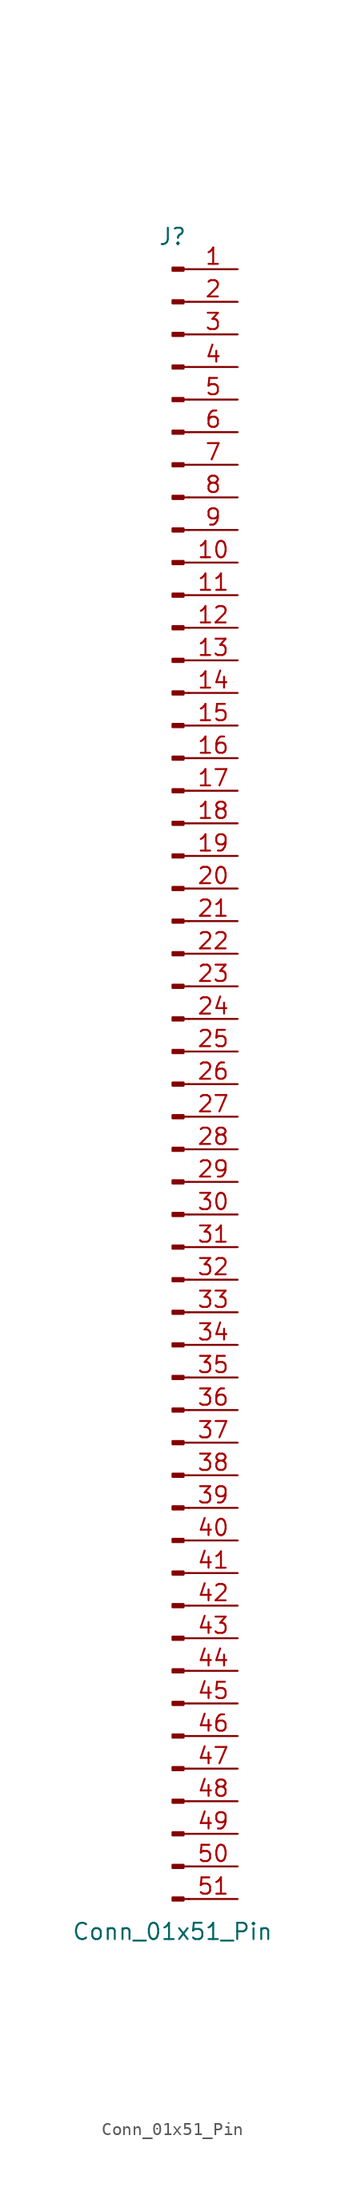
<source format=kicad_sym>
(kicad_symbol_lib
  (version 20220914)
  (generator kicad_symbol_editor)
  (symbol "Conn_01x51_Pin"
    (pin_names
      (offset 1.016) hide)
    (property "Reference" "J"
      (at 0 66.04 0)
      (effects (font (size 1.27 1.27))))
    (property "Value" "Conn_01x51_Pin"
      (at 0 -66.04 0)
      (effects (font (size 1.27 1.27))))
    (property "ki_locked" ""
      (at 0 0 0)
      (effects (font (size 1.27 1.27))))
    (symbol "Conn_01x51_Pin_1_1"
      (polyline (pts (xy 1.27 -63.5) (xy 0.864 -63.5)) (stroke (width 0.152) (type default)) (fill (type none)))
      (polyline (pts (xy 1.27 -60.96) (xy 0.864 -60.96)) (stroke (width 0.152) (type default)) (fill (type none)))
      (polyline (pts (xy 1.27 -58.42) (xy 0.864 -58.42)) (stroke (width 0.152) (type default)) (fill (type none)))
      (polyline (pts (xy 1.27 -55.88) (xy 0.864 -55.88)) (stroke (width 0.152) (type default)) (fill (type none)))
      (polyline (pts (xy 1.27 -53.34) (xy 0.864 -53.34)) (stroke (width 0.152) (type default)) (fill (type none)))
      (polyline (pts (xy 1.27 -50.8) (xy 0.864 -50.8)) (stroke (width 0.152) (type default)) (fill (type none)))
      (polyline (pts (xy 1.27 -48.26) (xy 0.864 -48.26)) (stroke (width 0.152) (type default)) (fill (type none)))
      (polyline (pts (xy 1.27 -45.72) (xy 0.864 -45.72)) (stroke (width 0.152) (type default)) (fill (type none)))
      (polyline (pts (xy 1.27 -43.18) (xy 0.864 -43.18)) (stroke (width 0.152) (type default)) (fill (type none)))
      (polyline (pts (xy 1.27 -40.64) (xy 0.864 -40.64)) (stroke (width 0.152) (type default)) (fill (type none)))
      (polyline (pts (xy 1.27 -38.1) (xy 0.864 -38.1)) (stroke (width 0.152) (type default)) (fill (type none)))
      (polyline (pts (xy 1.27 -35.56) (xy 0.864 -35.56)) (stroke (width 0.152) (type default)) (fill (type none)))
      (polyline (pts (xy 1.27 -33.02) (xy 0.864 -33.02)) (stroke (width 0.152) (type default)) (fill (type none)))
      (polyline (pts (xy 1.27 -30.48) (xy 0.864 -30.48)) (stroke (width 0.152) (type default)) (fill (type none)))
      (polyline (pts (xy 1.27 -27.94) (xy 0.864 -27.94)) (stroke (width 0.152) (type default)) (fill (type none)))
      (polyline (pts (xy 1.27 -25.4) (xy 0.864 -25.4)) (stroke (width 0.152) (type default)) (fill (type none)))
      (polyline (pts (xy 1.27 -22.86) (xy 0.864 -22.86)) (stroke (width 0.152) (type default)) (fill (type none)))
      (polyline (pts (xy 1.27 -20.32) (xy 0.864 -20.32)) (stroke (width 0.152) (type default)) (fill (type none)))
      (polyline (pts (xy 1.27 -17.78) (xy 0.864 -17.78)) (stroke (width 0.152) (type default)) (fill (type none)))
      (polyline (pts (xy 1.27 -15.24) (xy 0.864 -15.24)) (stroke (width 0.152) (type default)) (fill (type none)))
      (polyline (pts (xy 1.27 -12.7) (xy 0.864 -12.7)) (stroke (width 0.152) (type default)) (fill (type none)))
      (polyline (pts (xy 1.27 -10.16) (xy 0.864 -10.16)) (stroke (width 0.152) (type default)) (fill (type none)))
      (polyline (pts (xy 1.27 -7.62) (xy 0.864 -7.62)) (stroke (width 0.152) (type default)) (fill (type none)))
      (polyline (pts (xy 1.27 -5.08) (xy 0.864 -5.08)) (stroke (width 0.152) (type default)) (fill (type none)))
      (polyline (pts (xy 1.27 -2.54) (xy 0.864 -2.54)) (stroke (width 0.152) (type default)) (fill (type none)))
      (polyline (pts (xy 1.27 0) (xy 0.864 0)) (stroke (width 0.152) (type default)) (fill (type none)))
      (polyline (pts (xy 1.27 2.54) (xy 0.864 2.54)) (stroke (width 0.152) (type default)) (fill (type none)))
      (polyline (pts (xy 1.27 5.08) (xy 0.864 5.08)) (stroke (width 0.152) (type default)) (fill (type none)))
      (polyline (pts (xy 1.27 7.62) (xy 0.864 7.62)) (stroke (width 0.152) (type default)) (fill (type none)))
      (polyline (pts (xy 1.27 10.16) (xy 0.864 10.16)) (stroke (width 0.152) (type default)) (fill (type none)))
      (polyline (pts (xy 1.27 12.7) (xy 0.864 12.7)) (stroke (width 0.152) (type default)) (fill (type none)))
      (polyline (pts (xy 1.27 15.24) (xy 0.864 15.24)) (stroke (width 0.152) (type default)) (fill (type none)))
      (polyline (pts (xy 1.27 17.78) (xy 0.864 17.78)) (stroke (width 0.152) (type default)) (fill (type none)))
      (polyline (pts (xy 1.27 20.32) (xy 0.864 20.32)) (stroke (width 0.152) (type default)) (fill (type none)))
      (polyline (pts (xy 1.27 22.86) (xy 0.864 22.86)) (stroke (width 0.152) (type default)) (fill (type none)))
      (polyline (pts (xy 1.27 25.4) (xy 0.864 25.4)) (stroke (width 0.152) (type default)) (fill (type none)))
      (polyline (pts (xy 1.27 27.94) (xy 0.864 27.94)) (stroke (width 0.152) (type default)) (fill (type none)))
      (polyline (pts (xy 1.27 30.48) (xy 0.864 30.48)) (stroke (width 0.152) (type default)) (fill (type none)))
      (polyline (pts (xy 1.27 33.02) (xy 0.864 33.02)) (stroke (width 0.152) (type default)) (fill (type none)))
      (polyline (pts (xy 1.27 35.56) (xy 0.864 35.56)) (stroke (width 0.152) (type default)) (fill (type none)))
      (polyline (pts (xy 1.27 38.1) (xy 0.864 38.1)) (stroke (width 0.152) (type default)) (fill (type none)))
      (polyline (pts (xy 1.27 40.64) (xy 0.864 40.64)) (stroke (width 0.152) (type default)) (fill (type none)))
      (polyline (pts (xy 1.27 43.18) (xy 0.864 43.18)) (stroke (width 0.152) (type default)) (fill (type none)))
      (polyline (pts (xy 1.27 45.72) (xy 0.864 45.72)) (stroke (width 0.152) (type default)) (fill (type none)))
      (polyline (pts (xy 1.27 48.26) (xy 0.864 48.26)) (stroke (width 0.152) (type default)) (fill (type none)))
      (polyline (pts (xy 1.27 50.8) (xy 0.864 50.8)) (stroke (width 0.152) (type default)) (fill (type none)))
      (polyline (pts (xy 1.27 53.34) (xy 0.864 53.34)) (stroke (width 0.152) (type default)) (fill (type none)))
      (polyline (pts (xy 1.27 55.88) (xy 0.864 55.88)) (stroke (width 0.152) (type default)) (fill (type none)))
      (polyline (pts (xy 1.27 58.42) (xy 0.864 58.42)) (stroke (width 0.152) (type default)) (fill (type none)))
      (polyline (pts (xy 1.27 60.96) (xy 0.864 60.96)) (stroke (width 0.152) (type default)) (fill (type none)))
      (polyline (pts (xy 1.27 63.5) (xy 0.864 63.5)) (stroke (width 0.152) (type default)) (fill (type none)))
      (rectangle (start 0.864 -63.373) (end 0 -63.627) (stroke (width 0.152) (type default)) (fill (type outline)))
      (rectangle (start 0.864 -60.833) (end 0 -61.087) (stroke (width 0.152) (type default)) (fill (type outline)))
      (rectangle (start 0.864 -58.293) (end 0 -58.547) (stroke (width 0.152) (type default)) (fill (type outline)))
      (rectangle (start 0.864 -55.753) (end 0 -56.007) (stroke (width 0.152) (type default)) (fill (type outline)))
      (rectangle (start 0.864 -53.213) (end 0 -53.467) (stroke (width 0.152) (type default)) (fill (type outline)))
      (rectangle (start 0.864 -50.673) (end 0 -50.927) (stroke (width 0.152) (type default)) (fill (type outline)))
      (rectangle (start 0.864 -48.133) (end 0 -48.387) (stroke (width 0.152) (type default)) (fill (type outline)))
      (rectangle (start 0.864 -45.593) (end 0 -45.847) (stroke (width 0.152) (type default)) (fill (type outline)))
      (rectangle (start 0.864 -43.053) (end 0 -43.307) (stroke (width 0.152) (type default)) (fill (type outline)))
      (rectangle (start 0.864 -40.513) (end 0 -40.767) (stroke (width 0.152) (type default)) (fill (type outline)))
      (rectangle (start 0.864 -37.973) (end 0 -38.227) (stroke (width 0.152) (type default)) (fill (type outline)))
      (rectangle (start 0.864 -35.433) (end 0 -35.687) (stroke (width 0.152) (type default)) (fill (type outline)))
      (rectangle (start 0.864 -32.893) (end 0 -33.147) (stroke (width 0.152) (type default)) (fill (type outline)))
      (rectangle (start 0.864 -30.353) (end 0 -30.607) (stroke (width 0.152) (type default)) (fill (type outline)))
      (rectangle (start 0.864 -27.813) (end 0 -28.067) (stroke (width 0.152) (type default)) (fill (type outline)))
      (rectangle (start 0.864 -25.273) (end 0 -25.527) (stroke (width 0.152) (type default)) (fill (type outline)))
      (rectangle (start 0.864 -22.733) (end 0 -22.987) (stroke (width 0.152) (type default)) (fill (type outline)))
      (rectangle (start 0.864 -20.193) (end 0 -20.447) (stroke (width 0.152) (type default)) (fill (type outline)))
      (rectangle (start 0.864 -17.653) (end 0 -17.907) (stroke (width 0.152) (type default)) (fill (type outline)))
      (rectangle (start 0.864 -15.113) (end 0 -15.367) (stroke (width 0.152) (type default)) (fill (type outline)))
      (rectangle (start 0.864 -12.573) (end 0 -12.827) (stroke (width 0.152) (type default)) (fill (type outline)))
      (rectangle (start 0.864 -10.033) (end 0 -10.287) (stroke (width 0.152) (type default)) (fill (type outline)))
      (rectangle (start 0.864 -7.493) (end 0 -7.747) (stroke (width 0.152) (type default)) (fill (type outline)))
      (rectangle (start 0.864 -4.953) (end 0 -5.207) (stroke (width 0.152) (type default)) (fill (type outline)))
      (rectangle (start 0.864 -2.413) (end 0 -2.667) (stroke (width 0.152) (type default)) (fill (type outline)))
      (rectangle (start 0.864 0.127) (end 0 -0.127) (stroke (width 0.152) (type default)) (fill (type outline)))
      (rectangle (start 0.864 2.667) (end 0 2.413) (stroke (width 0.152) (type default)) (fill (type outline)))
      (rectangle (start 0.864 5.207) (end 0 4.953) (stroke (width 0.152) (type default)) (fill (type outline)))
      (rectangle (start 0.864 7.747) (end 0 7.493) (stroke (width 0.152) (type default)) (fill (type outline)))
      (rectangle (start 0.864 10.287) (end 0 10.033) (stroke (width 0.152) (type default)) (fill (type outline)))
      (rectangle (start 0.864 12.827) (end 0 12.573) (stroke (width 0.152) (type default)) (fill (type outline)))
      (rectangle (start 0.864 15.367) (end 0 15.113) (stroke (width 0.152) (type default)) (fill (type outline)))
      (rectangle (start 0.864 17.907) (end 0 17.653) (stroke (width 0.152) (type default)) (fill (type outline)))
      (rectangle (start 0.864 20.447) (end 0 20.193) (stroke (width 0.152) (type default)) (fill (type outline)))
      (rectangle (start 0.864 22.987) (end 0 22.733) (stroke (width 0.152) (type default)) (fill (type outline)))
      (rectangle (start 0.864 25.527) (end 0 25.273) (stroke (width 0.152) (type default)) (fill (type outline)))
      (rectangle (start 0.864 28.067) (end 0 27.813) (stroke (width 0.152) (type default)) (fill (type outline)))
      (rectangle (start 0.864 30.607) (end 0 30.353) (stroke (width 0.152) (type default)) (fill (type outline)))
      (rectangle (start 0.864 33.147) (end 0 32.893) (stroke (width 0.152) (type default)) (fill (type outline)))
      (rectangle (start 0.864 35.687) (end 0 35.433) (stroke (width 0.152) (type default)) (fill (type outline)))
      (rectangle (start 0.864 38.227) (end 0 37.973) (stroke (width 0.152) (type default)) (fill (type outline)))
      (rectangle (start 0.864 40.767) (end 0 40.513) (stroke (width 0.152) (type default)) (fill (type outline)))
      (rectangle (start 0.864 43.307) (end 0 43.053) (stroke (width 0.152) (type default)) (fill (type outline)))
      (rectangle (start 0.864 45.847) (end 0 45.593) (stroke (width 0.152) (type default)) (fill (type outline)))
      (rectangle (start 0.864 48.387) (end 0 48.133) (stroke (width 0.152) (type default)) (fill (type outline)))
      (rectangle (start 0.864 50.927) (end 0 50.673) (stroke (width 0.152) (type default)) (fill (type outline)))
      (rectangle (start 0.864 53.467) (end 0 53.213) (stroke (width 0.152) (type default)) (fill (type outline)))
      (rectangle (start 0.864 56.007) (end 0 55.753) (stroke (width 0.152) (type default)) (fill (type outline)))
      (rectangle (start 0.864 58.547) (end 0 58.293) (stroke (width 0.152) (type default)) (fill (type outline)))
      (rectangle (start 0.864 61.087) (end 0 60.833) (stroke (width 0.152) (type default)) (fill (type outline)))
      (rectangle (start 0.864 63.627) (end 0 63.373) (stroke (width 0.152) (type default)) (fill (type outline)))
      (pin passive line (at 5.08 63.5 180) (length 3.81) (name "Pin_1" (effects (font (size 1.27 1.27)))) (number "1" (effects (font (size 1.27 1.27)))))
      (pin passive line (at 5.08 40.64 180) (length 3.81) (name "Pin_10" (effects (font (size 1.27 1.27)))) (number "10" (effects (font (size 1.27 1.27)))))
      (pin passive line (at 5.08 38.1 180) (length 3.81) (name "Pin_11" (effects (font (size 1.27 1.27)))) (number "11" (effects (font (size 1.27 1.27)))))
      (pin passive line (at 5.08 35.56 180) (length 3.81) (name "Pin_12" (effects (font (size 1.27 1.27)))) (number "12" (effects (font (size 1.27 1.27)))))
      (pin passive line (at 5.08 33.02 180) (length 3.81) (name "Pin_13" (effects (font (size 1.27 1.27)))) (number "13" (effects (font (size 1.27 1.27)))))
      (pin passive line (at 5.08 30.48 180) (length 3.81) (name "Pin_14" (effects (font (size 1.27 1.27)))) (number "14" (effects (font (size 1.27 1.27)))))
      (pin passive line (at 5.08 27.94 180) (length 3.81) (name "Pin_15" (effects (font (size 1.27 1.27)))) (number "15" (effects (font (size 1.27 1.27)))))
      (pin passive line (at 5.08 25.4 180) (length 3.81) (name "Pin_16" (effects (font (size 1.27 1.27)))) (number "16" (effects (font (size 1.27 1.27)))))
      (pin passive line (at 5.08 22.86 180) (length 3.81) (name "Pin_17" (effects (font (size 1.27 1.27)))) (number "17" (effects (font (size 1.27 1.27)))))
      (pin passive line (at 5.08 20.32 180) (length 3.81) (name "Pin_18" (effects (font (size 1.27 1.27)))) (number "18" (effects (font (size 1.27 1.27)))))
      (pin passive line (at 5.08 17.78 180) (length 3.81) (name "Pin_19" (effects (font (size 1.27 1.27)))) (number "19" (effects (font (size 1.27 1.27)))))
      (pin passive line (at 5.08 60.96 180) (length 3.81) (name "Pin_2" (effects (font (size 1.27 1.27)))) (number "2" (effects (font (size 1.27 1.27)))))
      (pin passive line (at 5.08 15.24 180) (length 3.81) (name "Pin_20" (effects (font (size 1.27 1.27)))) (number "20" (effects (font (size 1.27 1.27)))))
      (pin passive line (at 5.08 12.7 180) (length 3.81) (name "Pin_21" (effects (font (size 1.27 1.27)))) (number "21" (effects (font (size 1.27 1.27)))))
      (pin passive line (at 5.08 10.16 180) (length 3.81) (name "Pin_22" (effects (font (size 1.27 1.27)))) (number "22" (effects (font (size 1.27 1.27)))))
      (pin passive line (at 5.08 7.62 180) (length 3.81) (name "Pin_23" (effects (font (size 1.27 1.27)))) (number "23" (effects (font (size 1.27 1.27)))))
      (pin passive line (at 5.08 5.08 180) (length 3.81) (name "Pin_24" (effects (font (size 1.27 1.27)))) (number "24" (effects (font (size 1.27 1.27)))))
      (pin passive line (at 5.08 2.54 180) (length 3.81) (name "Pin_25" (effects (font (size 1.27 1.27)))) (number "25" (effects (font (size 1.27 1.27)))))
      (pin passive line (at 5.08 0 180) (length 3.81) (name "Pin_26" (effects (font (size 1.27 1.27)))) (number "26" (effects (font (size 1.27 1.27)))))
      (pin passive line (at 5.08 -2.54 180) (length 3.81) (name "Pin_27" (effects (font (size 1.27 1.27)))) (number "27" (effects (font (size 1.27 1.27)))))
      (pin passive line (at 5.08 -5.08 180) (length 3.81) (name "Pin_28" (effects (font (size 1.27 1.27)))) (number "28" (effects (font (size 1.27 1.27)))))
      (pin passive line (at 5.08 -7.62 180) (length 3.81) (name "Pin_29" (effects (font (size 1.27 1.27)))) (number "29" (effects (font (size 1.27 1.27)))))
      (pin passive line (at 5.08 58.42 180) (length 3.81) (name "Pin_3" (effects (font (size 1.27 1.27)))) (number "3" (effects (font (size 1.27 1.27)))))
      (pin passive line (at 5.08 -10.16 180) (length 3.81) (name "Pin_30" (effects (font (size 1.27 1.27)))) (number "30" (effects (font (size 1.27 1.27)))))
      (pin passive line (at 5.08 -12.7 180) (length 3.81) (name "Pin_31" (effects (font (size 1.27 1.27)))) (number "31" (effects (font (size 1.27 1.27)))))
      (pin passive line (at 5.08 -15.24 180) (length 3.81) (name "Pin_32" (effects (font (size 1.27 1.27)))) (number "32" (effects (font (size 1.27 1.27)))))
      (pin passive line (at 5.08 -17.78 180) (length 3.81) (name "Pin_33" (effects (font (size 1.27 1.27)))) (number "33" (effects (font (size 1.27 1.27)))))
      (pin passive line (at 5.08 -20.32 180) (length 3.81) (name "Pin_34" (effects (font (size 1.27 1.27)))) (number "34" (effects (font (size 1.27 1.27)))))
      (pin passive line (at 5.08 -22.86 180) (length 3.81) (name "Pin_35" (effects (font (size 1.27 1.27)))) (number "35" (effects (font (size 1.27 1.27)))))
      (pin passive line (at 5.08 -25.4 180) (length 3.81) (name "Pin_36" (effects (font (size 1.27 1.27)))) (number "36" (effects (font (size 1.27 1.27)))))
      (pin passive line (at 5.08 -27.94 180) (length 3.81) (name "Pin_37" (effects (font (size 1.27 1.27)))) (number "37" (effects (font (size 1.27 1.27)))))
      (pin passive line (at 5.08 -30.48 180) (length 3.81) (name "Pin_38" (effects (font (size 1.27 1.27)))) (number "38" (effects (font (size 1.27 1.27)))))
      (pin passive line (at 5.08 -33.02 180) (length 3.81) (name "Pin_39" (effects (font (size 1.27 1.27)))) (number "39" (effects (font (size 1.27 1.27)))))
      (pin passive line (at 5.08 55.88 180) (length 3.81) (name "Pin_4" (effects (font (size 1.27 1.27)))) (number "4" (effects (font (size 1.27 1.27)))))
      (pin passive line (at 5.08 -35.56 180) (length 3.81) (name "Pin_40" (effects (font (size 1.27 1.27)))) (number "40" (effects (font (size 1.27 1.27)))))
      (pin passive line (at 5.08 -38.1 180) (length 3.81) (name "Pin_41" (effects (font (size 1.27 1.27)))) (number "41" (effects (font (size 1.27 1.27)))))
      (pin passive line (at 5.08 -40.64 180) (length 3.81) (name "Pin_42" (effects (font (size 1.27 1.27)))) (number "42" (effects (font (size 1.27 1.27)))))
      (pin passive line (at 5.08 -43.18 180) (length 3.81) (name "Pin_43" (effects (font (size 1.27 1.27)))) (number "43" (effects (font (size 1.27 1.27)))))
      (pin passive line (at 5.08 -45.72 180) (length 3.81) (name "Pin_44" (effects (font (size 1.27 1.27)))) (number "44" (effects (font (size 1.27 1.27)))))
      (pin passive line (at 5.08 -48.26 180) (length 3.81) (name "Pin_45" (effects (font (size 1.27 1.27)))) (number "45" (effects (font (size 1.27 1.27)))))
      (pin passive line (at 5.08 -50.8 180) (length 3.81) (name "Pin_46" (effects (font (size 1.27 1.27)))) (number "46" (effects (font (size 1.27 1.27)))))
      (pin passive line (at 5.08 -53.34 180) (length 3.81) (name "Pin_47" (effects (font (size 1.27 1.27)))) (number "47" (effects (font (size 1.27 1.27)))))
      (pin passive line (at 5.08 -55.88 180) (length 3.81) (name "Pin_48" (effects (font (size 1.27 1.27)))) (number "48" (effects (font (size 1.27 1.27)))))
      (pin passive line (at 5.08 -58.42 180) (length 3.81) (name "Pin_49" (effects (font (size 1.27 1.27)))) (number "49" (effects (font (size 1.27 1.27)))))
      (pin passive line (at 5.08 53.34 180) (length 3.81) (name "Pin_5" (effects (font (size 1.27 1.27)))) (number "5" (effects (font (size 1.27 1.27)))))
      (pin passive line (at 5.08 -60.96 180) (length 3.81) (name "Pin_50" (effects (font (size 1.27 1.27)))) (number "50" (effects (font (size 1.27 1.27)))))
      (pin passive line (at 5.08 -63.5 180) (length 3.81) (name "Pin_51" (effects (font (size 1.27 1.27)))) (number "51" (effects (font (size 1.27 1.27)))))
      (pin passive line (at 5.08 50.8 180) (length 3.81) (name "Pin_6" (effects (font (size 1.27 1.27)))) (number "6" (effects (font (size 1.27 1.27)))))
      (pin passive line (at 5.08 48.26 180) (length 3.81) (name "Pin_7" (effects (font (size 1.27 1.27)))) (number "7" (effects (font (size 1.27 1.27)))))
      (pin passive line (at 5.08 45.72 180) (length 3.81) (name "Pin_8" (effects (font (size 1.27 1.27)))) (number "8" (effects (font (size 1.27 1.27)))))
      (pin passive line (at 5.08 43.18 180) (length 3.81) (name "Pin_9" (effects (font (size 1.27 1.27)))) (number "9" (effects (font (size 1.27 1.27))))))))
</source>
